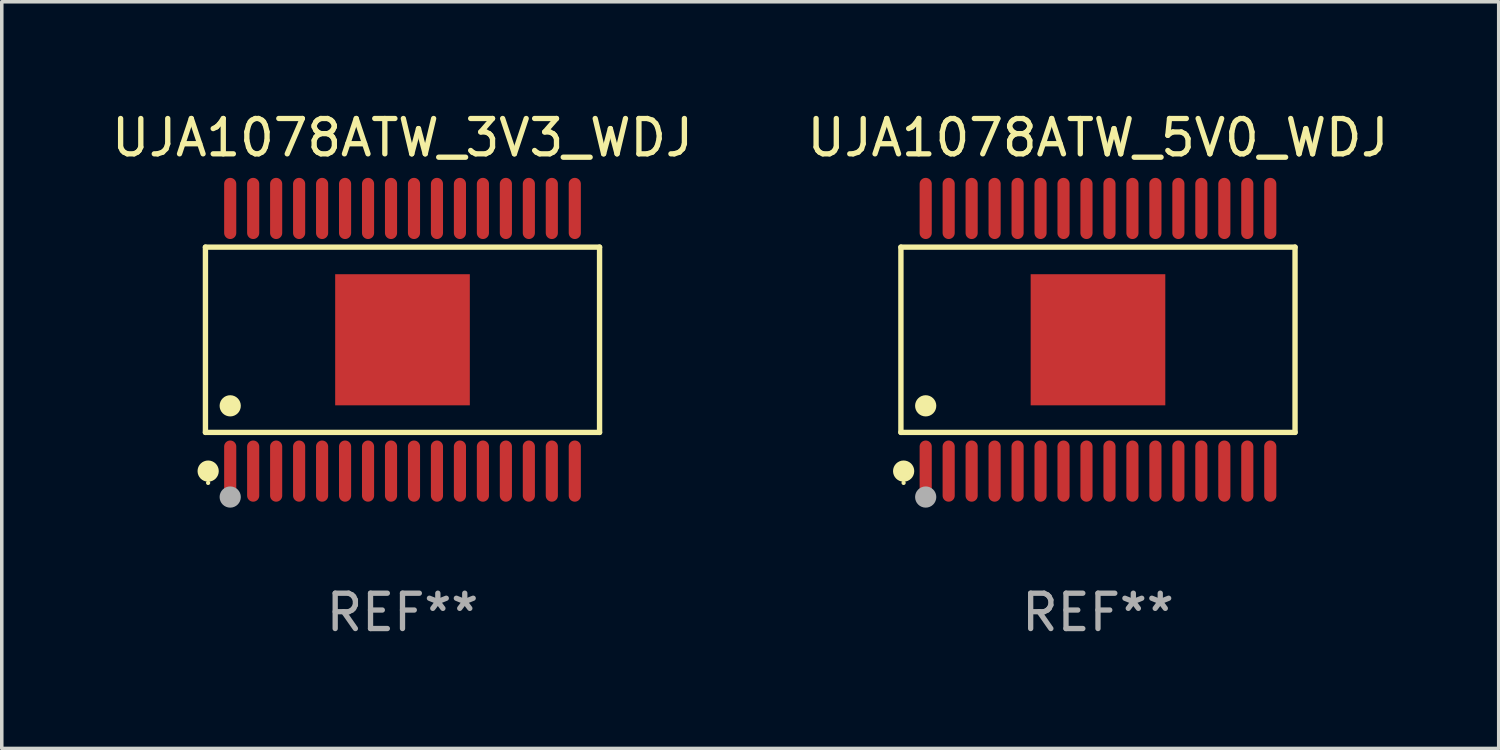
<source format=kicad_pcb>
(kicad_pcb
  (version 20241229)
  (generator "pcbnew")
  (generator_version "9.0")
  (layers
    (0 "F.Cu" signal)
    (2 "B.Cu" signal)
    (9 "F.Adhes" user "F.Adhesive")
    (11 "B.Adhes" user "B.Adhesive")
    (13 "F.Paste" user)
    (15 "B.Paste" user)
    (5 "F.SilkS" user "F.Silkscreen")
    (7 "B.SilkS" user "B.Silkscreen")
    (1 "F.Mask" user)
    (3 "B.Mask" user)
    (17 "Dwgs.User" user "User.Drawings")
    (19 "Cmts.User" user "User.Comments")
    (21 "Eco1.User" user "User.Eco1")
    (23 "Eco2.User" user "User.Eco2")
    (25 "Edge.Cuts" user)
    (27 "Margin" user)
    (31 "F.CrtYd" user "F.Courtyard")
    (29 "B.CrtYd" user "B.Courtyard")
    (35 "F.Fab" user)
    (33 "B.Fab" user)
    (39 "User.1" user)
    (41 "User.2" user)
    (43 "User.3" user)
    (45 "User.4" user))
  (footprint "UJA1078ATW_5V0_WDJ"
    (layer "F.Cu")
    (at 28.018 6.564)
    (property "Reference" "UJA1078ATW_5V0_WDJ" (at 0 -5.716 0) (layer "F.SilkS") (effects (font (size 1 1) (thickness 0.15))))
    (attr through_hole)
    (fp_line (start -5.576 -2.621) (end 5.576 -2.621) (stroke (width 0.152) (type solid)) (layer "F.SilkS"))
    (fp_line (start -5.576 2.621) (end -5.576 -2.621) (stroke (width 0.152) (type solid)) (layer "F.SilkS"))
    (fp_line (start 5.576 -2.621) (end 5.576 2.621) (stroke (width 0.152) (type solid)) (layer "F.SilkS"))
    (fp_line (start 5.576 2.621) (end -5.576 2.621) (stroke (width 0.152) (type solid)) (layer "F.SilkS"))
    (fp_circle (center -5.5 4.05) (end -5.47 4.05) (stroke (width 0.06) (type solid)) (fill no) (layer "F.SilkS"))
    (fp_circle (center -5.499 3.716) (end -5.349 3.716) (stroke (width 0.3) (type solid)) (fill no) (layer "F.SilkS"))
    (fp_circle (center -4.875 1.869) (end -4.725 1.869) (stroke (width 0.3) (type solid)) (fill no) (layer "F.SilkS"))
    (fp_circle (center -4.875 4.45) (end -4.725 4.45) (stroke (width 0.3) (type solid)) (fill no) (layer "F.Fab"))
    (fp_text user "REF**" (at 0 7.716 0) (layer "F.Fab") (effects (font (size 1 1) (thickness 0.15))))
    (pad "1" smd oval (at -4.875 3.716) (size 0.343 1.731) (layers "F.Cu" "F.Mask" "F.Paste"))
    (pad "2" smd oval (at -4.225 3.716) (size 0.343 1.731) (layers "F.Cu" "F.Mask" "F.Paste"))
    (pad "3" smd oval (at -3.575 3.716) (size 0.343 1.731) (layers "F.Cu" "F.Mask" "F.Paste"))
    (pad "4" smd oval (at -2.925 3.716) (size 0.343 1.731) (layers "F.Cu" "F.Mask" "F.Paste"))
    (pad "5" smd oval (at -2.275 3.716) (size 0.343 1.731) (layers "F.Cu" "F.Mask" "F.Paste"))
    (pad "6" smd oval (at -1.625 3.716) (size 0.343 1.731) (layers "F.Cu" "F.Mask" "F.Paste"))
    (pad "7" smd oval (at -0.975 3.716) (size 0.343 1.731) (layers "F.Cu" "F.Mask" "F.Paste"))
    (pad "8" smd oval (at -0.325 3.716) (size 0.343 1.731) (layers "F.Cu" "F.Mask" "F.Paste"))
    (pad "9" smd oval (at 0.325 3.716) (size 0.343 1.731) (layers "F.Cu" "F.Mask" "F.Paste"))
    (pad "10" smd oval (at 0.975 3.716) (size 0.343 1.731) (layers "F.Cu" "F.Mask" "F.Paste"))
    (pad "11" smd oval (at 1.625 3.716) (size 0.343 1.731) (layers "F.Cu" "F.Mask" "F.Paste"))
    (pad "12" smd oval (at 2.275 3.716) (size 0.343 1.731) (layers "F.Cu" "F.Mask" "F.Paste"))
    (pad "13" smd oval (at 2.925 3.716) (size 0.343 1.731) (layers "F.Cu" "F.Mask" "F.Paste"))
    (pad "14" smd oval (at 3.575 3.716) (size 0.343 1.731) (layers "F.Cu" "F.Mask" "F.Paste"))
    (pad "15" smd oval (at 4.225 3.716) (size 0.343 1.731) (layers "F.Cu" "F.Mask" "F.Paste"))
    (pad "16" smd oval (at 4.875 3.716) (size 0.343 1.731) (layers "F.Cu" "F.Mask" "F.Paste"))
    (pad "17" smd oval (at 4.875 -3.716) (size 0.343 1.731) (layers "F.Cu" "F.Mask" "F.Paste"))
    (pad "18" smd oval (at 4.225 -3.716) (size 0.343 1.731) (layers "F.Cu" "F.Mask" "F.Paste"))
    (pad "19" smd oval (at 3.575 -3.716) (size 0.343 1.731) (layers "F.Cu" "F.Mask" "F.Paste"))
    (pad "20" smd oval (at 2.925 -3.716) (size 0.343 1.731) (layers "F.Cu" "F.Mask" "F.Paste"))
    (pad "21" smd oval (at 2.275 -3.716) (size 0.343 1.731) (layers "F.Cu" "F.Mask" "F.Paste"))
    (pad "22" smd oval (at 1.625 -3.716) (size 0.343 1.731) (layers "F.Cu" "F.Mask" "F.Paste"))
    (pad "23" smd oval (at 0.975 -3.716) (size 0.343 1.731) (layers "F.Cu" "F.Mask" "F.Paste"))
    (pad "24" smd oval (at 0.325 -3.716) (size 0.343 1.731) (layers "F.Cu" "F.Mask" "F.Paste"))
    (pad "25" smd oval (at -0.325 -3.716) (size 0.343 1.731) (layers "F.Cu" "F.Mask" "F.Paste"))
    (pad "26" smd oval (at -0.975 -3.716) (size 0.343 1.731) (layers "F.Cu" "F.Mask" "F.Paste"))
    (pad "27" smd oval (at -1.625 -3.716) (size 0.343 1.731) (layers "F.Cu" "F.Mask" "F.Paste"))
    (pad "28" smd oval (at -2.275 -3.716) (size 0.343 1.731) (layers "F.Cu" "F.Mask" "F.Paste"))
    (pad "29" smd oval (at -2.925 -3.716) (size 0.343 1.731) (layers "F.Cu" "F.Mask" "F.Paste"))
    (pad "30" smd oval (at -3.575 -3.716) (size 0.343 1.731) (layers "F.Cu" "F.Mask" "F.Paste"))
    (pad "31" smd oval (at -4.225 -3.716) (size 0.343 1.731) (layers "F.Cu" "F.Mask" "F.Paste"))
    (pad "32" smd oval (at -4.875 -3.716) (size 0.343 1.731) (layers "F.Cu" "F.Mask" "F.Paste"))
    (pad "33" smd rect (at 0 0) (size 3.81 3.71) (layers "F.Cu" "F.Mask" "F.Paste")))
  (footprint "UJA1078ATW_3V3_WDJ"
    (layer "F.Cu")
    (at 8.339 6.564)
    (property "Reference" "UJA1078ATW_3V3_WDJ" (at 0 -5.716 0) (layer "F.SilkS") (effects (font (size 1 1) (thickness 0.15))))
    (attr through_hole)
    (fp_line (start -5.576 -2.621) (end 5.576 -2.621) (stroke (width 0.152) (type solid)) (layer "F.SilkS"))
    (fp_line (start -5.576 2.621) (end -5.576 -2.621) (stroke (width 0.152) (type solid)) (layer "F.SilkS"))
    (fp_line (start 5.576 -2.621) (end 5.576 2.621) (stroke (width 0.152) (type solid)) (layer "F.SilkS"))
    (fp_line (start 5.576 2.621) (end -5.576 2.621) (stroke (width 0.152) (type solid)) (layer "F.SilkS"))
    (fp_circle (center -5.5 4.05) (end -5.47 4.05) (stroke (width 0.06) (type solid)) (fill no) (layer "F.SilkS"))
    (fp_circle (center -5.499 3.716) (end -5.349 3.716) (stroke (width 0.3) (type solid)) (fill no) (layer "F.SilkS"))
    (fp_circle (center -4.875 1.869) (end -4.725 1.869) (stroke (width 0.3) (type solid)) (fill no) (layer "F.SilkS"))
    (fp_circle (center -4.875 4.45) (end -4.725 4.45) (stroke (width 0.3) (type solid)) (fill no) (layer "F.Fab"))
    (fp_text user "REF**" (at 0 7.716 0) (layer "F.Fab") (effects (font (size 1 1) (thickness 0.15))))
    (pad "1" smd oval (at -4.875 3.716) (size 0.343 1.731) (layers "F.Cu" "F.Mask" "F.Paste"))
    (pad "2" smd oval (at -4.225 3.716) (size 0.343 1.731) (layers "F.Cu" "F.Mask" "F.Paste"))
    (pad "3" smd oval (at -3.575 3.716) (size 0.343 1.731) (layers "F.Cu" "F.Mask" "F.Paste"))
    (pad "4" smd oval (at -2.925 3.716) (size 0.343 1.731) (layers "F.Cu" "F.Mask" "F.Paste"))
    (pad "5" smd oval (at -2.275 3.716) (size 0.343 1.731) (layers "F.Cu" "F.Mask" "F.Paste"))
    (pad "6" smd oval (at -1.625 3.716) (size 0.343 1.731) (layers "F.Cu" "F.Mask" "F.Paste"))
    (pad "7" smd oval (at -0.975 3.716) (size 0.343 1.731) (layers "F.Cu" "F.Mask" "F.Paste"))
    (pad "8" smd oval (at -0.325 3.716) (size 0.343 1.731) (layers "F.Cu" "F.Mask" "F.Paste"))
    (pad "9" smd oval (at 0.325 3.716) (size 0.343 1.731) (layers "F.Cu" "F.Mask" "F.Paste"))
    (pad "10" smd oval (at 0.975 3.716) (size 0.343 1.731) (layers "F.Cu" "F.Mask" "F.Paste"))
    (pad "11" smd oval (at 1.625 3.716) (size 0.343 1.731) (layers "F.Cu" "F.Mask" "F.Paste"))
    (pad "12" smd oval (at 2.275 3.716) (size 0.343 1.731) (layers "F.Cu" "F.Mask" "F.Paste"))
    (pad "13" smd oval (at 2.925 3.716) (size 0.343 1.731) (layers "F.Cu" "F.Mask" "F.Paste"))
    (pad "14" smd oval (at 3.575 3.716) (size 0.343 1.731) (layers "F.Cu" "F.Mask" "F.Paste"))
    (pad "15" smd oval (at 4.225 3.716) (size 0.343 1.731) (layers "F.Cu" "F.Mask" "F.Paste"))
    (pad "16" smd oval (at 4.875 3.716) (size 0.343 1.731) (layers "F.Cu" "F.Mask" "F.Paste"))
    (pad "17" smd oval (at 4.875 -3.716) (size 0.343 1.731) (layers "F.Cu" "F.Mask" "F.Paste"))
    (pad "18" smd oval (at 4.225 -3.716) (size 0.343 1.731) (layers "F.Cu" "F.Mask" "F.Paste"))
    (pad "19" smd oval (at 3.575 -3.716) (size 0.343 1.731) (layers "F.Cu" "F.Mask" "F.Paste"))
    (pad "20" smd oval (at 2.925 -3.716) (size 0.343 1.731) (layers "F.Cu" "F.Mask" "F.Paste"))
    (pad "21" smd oval (at 2.275 -3.716) (size 0.343 1.731) (layers "F.Cu" "F.Mask" "F.Paste"))
    (pad "22" smd oval (at 1.625 -3.716) (size 0.343 1.731) (layers "F.Cu" "F.Mask" "F.Paste"))
    (pad "23" smd oval (at 0.975 -3.716) (size 0.343 1.731) (layers "F.Cu" "F.Mask" "F.Paste"))
    (pad "24" smd oval (at 0.325 -3.716) (size 0.343 1.731) (layers "F.Cu" "F.Mask" "F.Paste"))
    (pad "25" smd oval (at -0.325 -3.716) (size 0.343 1.731) (layers "F.Cu" "F.Mask" "F.Paste"))
    (pad "26" smd oval (at -0.975 -3.716) (size 0.343 1.731) (layers "F.Cu" "F.Mask" "F.Paste"))
    (pad "27" smd oval (at -1.625 -3.716) (size 0.343 1.731) (layers "F.Cu" "F.Mask" "F.Paste"))
    (pad "28" smd oval (at -2.275 -3.716) (size 0.343 1.731) (layers "F.Cu" "F.Mask" "F.Paste"))
    (pad "29" smd oval (at -2.925 -3.716) (size 0.343 1.731) (layers "F.Cu" "F.Mask" "F.Paste"))
    (pad "30" smd oval (at -3.575 -3.716) (size 0.343 1.731) (layers "F.Cu" "F.Mask" "F.Paste"))
    (pad "31" smd oval (at -4.225 -3.716) (size 0.343 1.731) (layers "F.Cu" "F.Mask" "F.Paste"))
    (pad "32" smd oval (at -4.875 -3.716) (size 0.343 1.731) (layers "F.Cu" "F.Mask" "F.Paste"))
    (pad "33" smd rect (at 0 0) (size 3.81 3.71) (layers "F.Cu" "F.Mask" "F.Paste")))
  (gr_rect
    (start -3 -3)
    (end 39.357 18.128)
    (stroke (width 0.1) (type default))
    (fill no)
    (layer "Edge.Cuts")))
</source>
